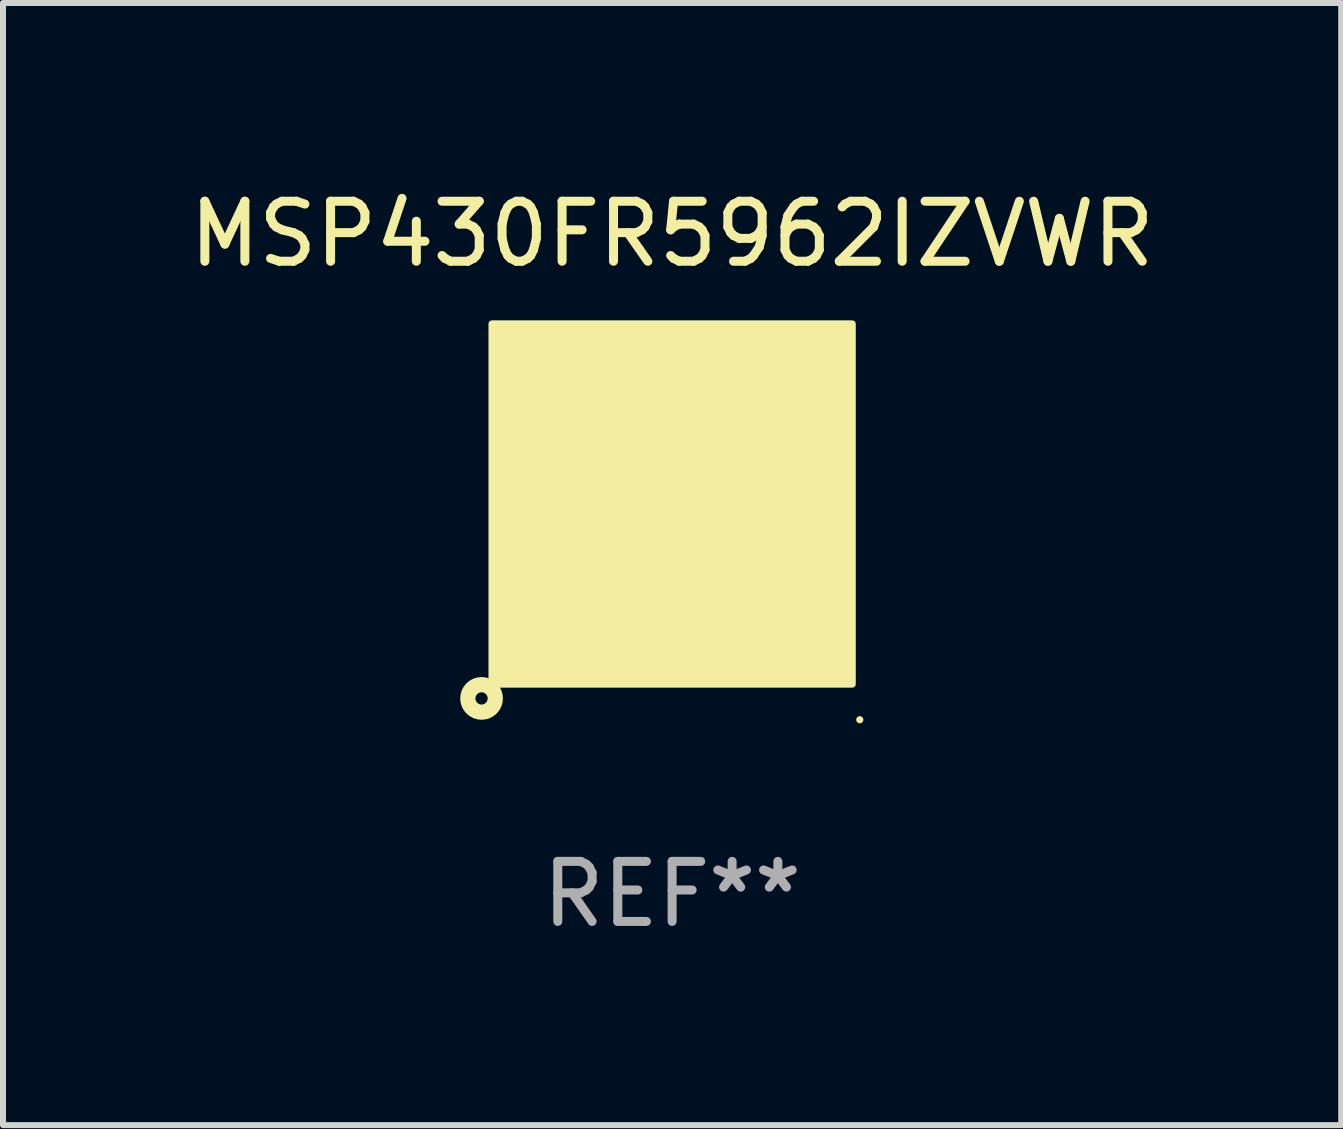
<source format=kicad_pcb>
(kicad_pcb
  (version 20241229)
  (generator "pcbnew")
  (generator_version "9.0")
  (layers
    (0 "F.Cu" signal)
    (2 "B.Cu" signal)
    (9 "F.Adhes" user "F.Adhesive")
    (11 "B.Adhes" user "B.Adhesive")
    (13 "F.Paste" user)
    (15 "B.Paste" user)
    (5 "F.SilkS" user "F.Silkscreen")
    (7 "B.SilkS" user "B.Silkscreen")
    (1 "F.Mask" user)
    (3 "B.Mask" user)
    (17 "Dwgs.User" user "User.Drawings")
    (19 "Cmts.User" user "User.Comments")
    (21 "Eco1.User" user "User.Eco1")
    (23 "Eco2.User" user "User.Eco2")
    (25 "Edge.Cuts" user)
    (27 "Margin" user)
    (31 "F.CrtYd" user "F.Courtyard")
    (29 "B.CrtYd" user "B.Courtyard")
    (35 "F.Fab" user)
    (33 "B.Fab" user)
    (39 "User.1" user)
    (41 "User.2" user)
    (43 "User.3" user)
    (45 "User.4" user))
  (footprint "MSP430FR5962IZVWR"
    (layer "F.Cu")
    (at 8.149 5.348)
    (property "Reference" "MSP430FR5962IZVWR" (at 0 -4.5 0) (layer "F.SilkS") (effects (font (size 1 1) (thickness 0.15))))
    (attr through_hole)
    (fp_circle (center -3.175 3.239) (end -2.946 3.239) (stroke (width 0.254) (type solid)) (fill no) (layer "F.SilkS"))
    (fp_circle (center 3.127 3.594) (end 3.157 3.594) (stroke (width 0.06) (type solid)) (fill no) (layer "F.SilkS"))
    (fp_poly (pts (xy -3 -3) (xy 3 -3) (xy 3 3) (xy -3 3)) (stroke (width 0.12) (type solid)) (fill yes) (layer "F.SilkS"))
    (fp_text user "REF**" (at 0 6.5 0) (layer "F.Fab") (effects (font (size 1 1) (thickness 0.15))))
    (pad "A1" smd circle (at -2.5 2.5) (size 0.3 0.3) (layers "F.Cu" "F.Mask" "F.Paste"))
    (pad "A2" smd circle (at -2.5 2) (size 0.3 0.3) (layers "F.Cu" "F.Mask" "F.Paste"))
    (pad "A3" smd circle (at -2.5 1.5) (size 0.3 0.3) (layers "F.Cu" "F.Mask" "F.Paste"))
    (pad "A4" smd circle (at -2.5 1) (size 0.3 0.3) (layers "F.Cu" "F.Mask" "F.Paste"))
    (pad "A5" smd circle (at -2.5 0.5) (size 0.3 0.3) (layers "F.Cu" "F.Mask" "F.Paste"))
    (pad "A6" smd circle (at -2.5 0.000127) (size 0.3 0.3) (layers "F.Cu" "F.Mask" "F.Paste"))
    (pad "A7" smd circle (at -2.5 -0.5) (size 0.3 0.3) (layers "F.Cu" "F.Mask" "F.Paste"))
    (pad "A8" smd circle (at -2.5 -1) (size 0.3 0.3) (layers "F.Cu" "F.Mask" "F.Paste"))
    (pad "A9" smd circle (at -2.5 -1.5) (size 0.3 0.3) (layers "F.Cu" "F.Mask" "F.Paste"))
    (pad "A10" smd circle (at -2.5 -2) (size 0.3 0.3) (layers "F.Cu" "F.Mask" "F.Paste"))
    (pad "A11" smd circle (at -2.5 -2.5) (size 0.3 0.3) (layers "F.Cu" "F.Mask" "F.Paste"))
    (pad "B1" smd circle (at -2 2.5) (size 0.3 0.3) (layers "F.Cu" "F.Mask" "F.Paste"))
    (pad "B3" smd circle (at -2 1.5) (size 0.3 0.3) (layers "F.Cu" "F.Mask" "F.Paste"))
    (pad "B4" smd circle (at -2 1) (size 0.3 0.3) (layers "F.Cu" "F.Mask" "F.Paste"))
    (pad "B5" smd circle (at -2 0.5) (size 0.3 0.3) (layers "F.Cu" "F.Mask" "F.Paste"))
    (pad "B6" smd circle (at -2 0.000127) (size 0.3 0.3) (layers "F.Cu" "F.Mask" "F.Paste"))
    (pad "B7" smd circle (at -2 -0.5) (size 0.3 0.3) (layers "F.Cu" "F.Mask" "F.Paste"))
    (pad "B8" smd circle (at -2 -1) (size 0.3 0.3) (layers "F.Cu" "F.Mask" "F.Paste"))
    (pad "B9" smd circle (at -2 -1.5) (size 0.3 0.3) (layers "F.Cu" "F.Mask" "F.Paste"))
    (pad "B10" smd circle (at -2 -2) (size 0.3 0.3) (layers "F.Cu" "F.Mask" "F.Paste"))
    (pad "B11" smd circle (at -2 -2.5) (size 0.3 0.3) (layers "F.Cu" "F.Mask" "F.Paste"))
    (pad "C1" smd circle (at -1.5 2.5) (size 0.3 0.3) (layers "F.Cu" "F.Mask" "F.Paste"))
    (pad "C2" smd circle (at -1.5 2) (size 0.3 0.3) (layers "F.Cu" "F.Mask" "F.Paste"))
    (pad "C10" smd circle (at -1.5 -2) (size 0.3 0.3) (layers "F.Cu" "F.Mask" "F.Paste"))
    (pad "C11" smd circle (at -1.5 -2.5) (size 0.3 0.3) (layers "F.Cu" "F.Mask" "F.Paste"))
    (pad "D1" smd circle (at -1 2.5) (size 0.3 0.3) (layers "F.Cu" "F.Mask" "F.Paste"))
    (pad "D2" smd circle (at -1 2) (size 0.3 0.3) (layers "F.Cu" "F.Mask" "F.Paste"))
    (pad "D4" smd circle (at -1 1) (size 0.3 0.3) (layers "F.Cu" "F.Mask" "F.Paste"))
    (pad "D5" smd circle (at -1 0.5) (size 0.3 0.3) (layers "F.Cu" "F.Mask" "F.Paste"))
    (pad "D6" smd circle (at -1 0.000127) (size 0.3 0.3) (layers "F.Cu" "F.Mask" "F.Paste"))
    (pad "D7" smd circle (at -1 -0.5) (size 0.3 0.3) (layers "F.Cu" "F.Mask" "F.Paste"))
    (pad "D8" smd circle (at -1 -1) (size 0.3 0.3) (layers "F.Cu" "F.Mask" "F.Paste"))
    (pad "D10" smd circle (at -1 -2) (size 0.3 0.3) (layers "F.Cu" "F.Mask" "F.Paste"))
    (pad "D11" smd circle (at -1 -2.5) (size 0.3 0.3) (layers "F.Cu" "F.Mask" "F.Paste"))
    (pad "E1" smd circle (at -0.5 2.5) (size 0.3 0.3) (layers "F.Cu" "F.Mask" "F.Paste"))
    (pad "E2" smd circle (at -0.5 2) (size 0.3 0.3) (layers "F.Cu" "F.Mask" "F.Paste"))
    (pad "E4" smd circle (at -0.5 1) (size 0.3 0.3) (layers "F.Cu" "F.Mask" "F.Paste"))
    (pad "E8" smd circle (at -0.5 -1) (size 0.3 0.3) (layers "F.Cu" "F.Mask" "F.Paste"))
    (pad "E10" smd circle (at -0.5 -2) (size 0.3 0.3) (layers "F.Cu" "F.Mask" "F.Paste"))
    (pad "E11" smd circle (at -0.5 -2.5) (size 0.3 0.3) (layers "F.Cu" "F.Mask" "F.Paste"))
    (pad "F1" smd circle (at -0.000127 2.5) (size 0.3 0.3) (layers "F.Cu" "F.Mask" "F.Paste"))
    (pad "F2" smd circle (at -0.000127 2) (size 0.3 0.3) (layers "F.Cu" "F.Mask" "F.Paste"))
    (pad "F4" smd circle (at -0.000127 1) (size 0.3 0.3) (layers "F.Cu" "F.Mask" "F.Paste"))
    (pad "F8" smd circle (at -0.000127 -1) (size 0.3 0.3) (layers "F.Cu" "F.Mask" "F.Paste"))
    (pad "F10" smd circle (at -0.000127 -2) (size 0.3 0.3) (layers "F.Cu" "F.Mask" "F.Paste"))
    (pad "F11" smd circle (at -0.000127 -2.5) (size 0.3 0.3) (layers "F.Cu" "F.Mask" "F.Paste"))
    (pad "G1" smd circle (at 0.5 2.5) (size 0.3 0.3) (layers "F.Cu" "F.Mask" "F.Paste"))
    (pad "G2" smd circle (at 0.5 2) (size 0.3 0.3) (layers "F.Cu" "F.Mask" "F.Paste"))
    (pad "G4" smd circle (at 0.5 1) (size 0.3 0.3) (layers "F.Cu" "F.Mask" "F.Paste"))
    (pad "G8" smd circle (at 0.5 -1) (size 0.3 0.3) (layers "F.Cu" "F.Mask" "F.Paste"))
    (pad "G10" smd circle (at 0.5 -2) (size 0.3 0.3) (layers "F.Cu" "F.Mask" "F.Paste"))
    (pad "G11" smd circle (at 0.5 -2.5) (size 0.3 0.3) (layers "F.Cu" "F.Mask" "F.Paste"))
    (pad "H1" smd circle (at 1 2.5) (size 0.3 0.3) (layers "F.Cu" "F.Mask" "F.Paste"))
    (pad "H2" smd circle (at 1 2) (size 0.3 0.3) (layers "F.Cu" "F.Mask" "F.Paste"))
    (pad "H4" smd circle (at 1 1) (size 0.3 0.3) (layers "F.Cu" "F.Mask" "F.Paste"))
    (pad "H5" smd circle (at 1 0.5) (size 0.3 0.3) (layers "F.Cu" "F.Mask" "F.Paste"))
    (pad "H6" smd circle (at 1 0.000127) (size 0.3 0.3) (layers "F.Cu" "F.Mask" "F.Paste"))
    (pad "H7" smd circle (at 1 -0.5) (size 0.3 0.3) (layers "F.Cu" "F.Mask" "F.Paste"))
    (pad "H8" smd circle (at 1 -1) (size 0.3 0.3) (layers "F.Cu" "F.Mask" "F.Paste"))
    (pad "H10" smd circle (at 1 -2) (size 0.3 0.3) (layers "F.Cu" "F.Mask" "F.Paste"))
    (pad "H11" smd circle (at 1 -2.5) (size 0.3 0.3) (layers "F.Cu" "F.Mask" "F.Paste"))
    (pad "J1" smd circle (at 1.5 2.5) (size 0.3 0.3) (layers "F.Cu" "F.Mask" "F.Paste"))
    (pad "J2" smd circle (at 1.5 2) (size 0.3 0.3) (layers "F.Cu" "F.Mask" "F.Paste"))
    (pad "J10" smd circle (at 1.5 -2) (size 0.3 0.3) (layers "F.Cu" "F.Mask" "F.Paste"))
    (pad "J11" smd circle (at 1.5 -2.5) (size 0.3 0.3) (layers "F.Cu" "F.Mask" "F.Paste"))
    (pad "K1" smd circle (at 2 2.5) (size 0.3 0.3) (layers "F.Cu" "F.Mask" "F.Paste"))
    (pad "K2" smd circle (at 2 2) (size 0.3 0.3) (layers "F.Cu" "F.Mask" "F.Paste"))
    (pad "K3" smd circle (at 2 1.5) (size 0.3 0.3) (layers "F.Cu" "F.Mask" "F.Paste"))
    (pad "K4" smd circle (at 2 1) (size 0.3 0.3) (layers "F.Cu" "F.Mask" "F.Paste"))
    (pad "K5" smd circle (at 2 0.5) (size 0.3 0.3) (layers "F.Cu" "F.Mask" "F.Paste"))
    (pad "K6" smd circle (at 2 0.000127) (size 0.3 0.3) (layers "F.Cu" "F.Mask" "F.Paste"))
    (pad "K7" smd circle (at 2 -0.5) (size 0.3 0.3) (layers "F.Cu" "F.Mask" "F.Paste"))
    (pad "K8" smd circle (at 2 -1) (size 0.3 0.3) (layers "F.Cu" "F.Mask" "F.Paste"))
    (pad "K9" smd circle (at 2 -1.5) (size 0.3 0.3) (layers "F.Cu" "F.Mask" "F.Paste"))
    (pad "K10" smd circle (at 2 -2) (size 0.3 0.3) (layers "F.Cu" "F.Mask" "F.Paste"))
    (pad "K11" smd circle (at 2 -2.5) (size 0.3 0.3) (layers "F.Cu" "F.Mask" "F.Paste"))
    (pad "L1" smd circle (at 2.5 2.5) (size 0.3 0.3) (layers "F.Cu" "F.Mask" "F.Paste"))
    (pad "L2" smd circle (at 2.5 2) (size 0.3 0.3) (layers "F.Cu" "F.Mask" "F.Paste"))
    (pad "L3" smd circle (at 2.5 1.5) (size 0.3 0.3) (layers "F.Cu" "F.Mask" "F.Paste"))
    (pad "L4" smd circle (at 2.5 1) (size 0.3 0.3) (layers "F.Cu" "F.Mask" "F.Paste"))
    (pad "L5" smd circle (at 2.5 0.5) (size 0.3 0.3) (layers "F.Cu" "F.Mask" "F.Paste"))
    (pad "L6" smd circle (at 2.5 0.000127) (size 0.3 0.3) (layers "F.Cu" "F.Mask" "F.Paste"))
    (pad "L7" smd circle (at 2.5 -0.5) (size 0.3 0.3) (layers "F.Cu" "F.Mask" "F.Paste"))
    (pad "L8" smd circle (at 2.5 -1) (size 0.3 0.3) (layers "F.Cu" "F.Mask" "F.Paste"))
    (pad "L9" smd circle (at 2.5 -1.5) (size 0.3 0.3) (layers "F.Cu" "F.Mask" "F.Paste"))
    (pad "L10" smd circle (at 2.5 -2) (size 0.3 0.3) (layers "F.Cu" "F.Mask" "F.Paste"))
    (pad "L11" smd circle (at 2.5 -2.5) (size 0.3 0.3) (layers "F.Cu" "F.Mask" "F.Paste")))
  (gr_rect
    (start -3 -3)
    (end 19.298 15.697)
    (stroke (width 0.1) (type default))
    (fill no)
    (layer "Edge.Cuts")))
</source>
